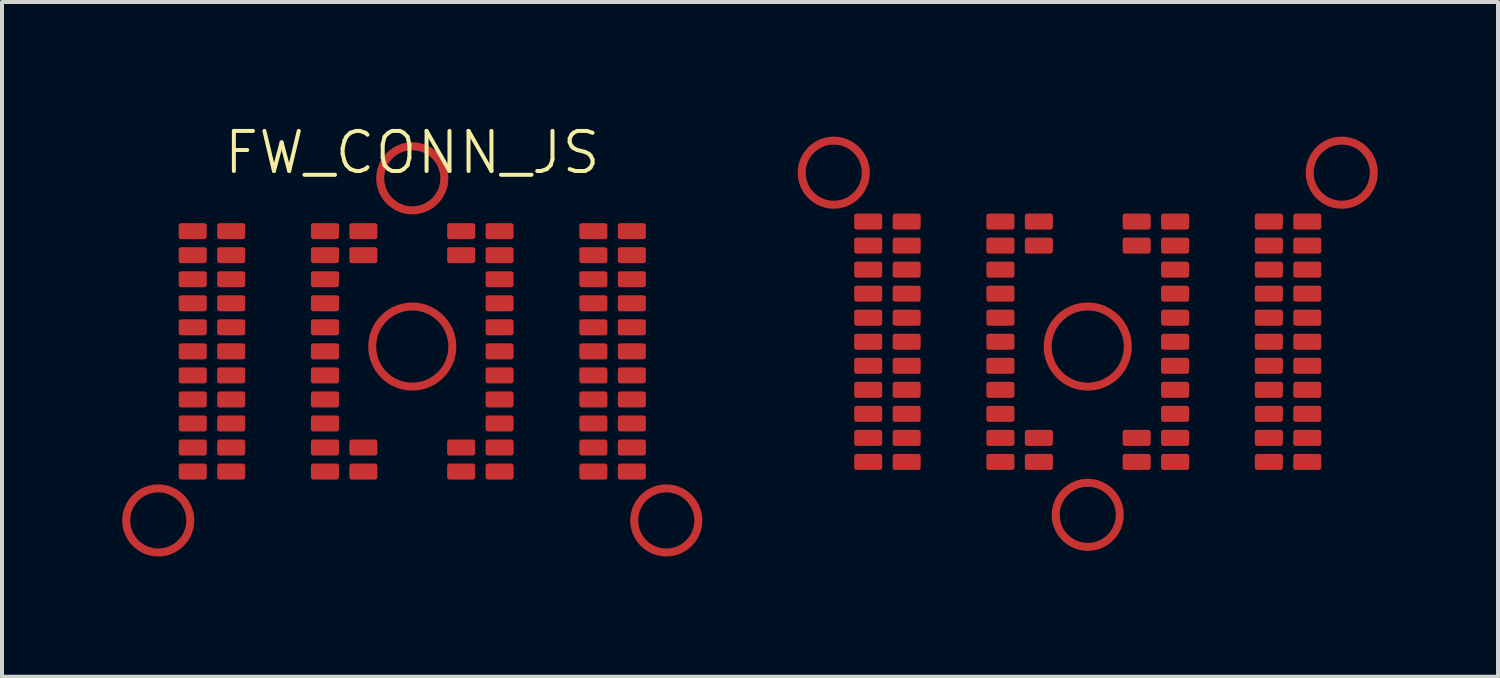
<source format=kicad_pcb>
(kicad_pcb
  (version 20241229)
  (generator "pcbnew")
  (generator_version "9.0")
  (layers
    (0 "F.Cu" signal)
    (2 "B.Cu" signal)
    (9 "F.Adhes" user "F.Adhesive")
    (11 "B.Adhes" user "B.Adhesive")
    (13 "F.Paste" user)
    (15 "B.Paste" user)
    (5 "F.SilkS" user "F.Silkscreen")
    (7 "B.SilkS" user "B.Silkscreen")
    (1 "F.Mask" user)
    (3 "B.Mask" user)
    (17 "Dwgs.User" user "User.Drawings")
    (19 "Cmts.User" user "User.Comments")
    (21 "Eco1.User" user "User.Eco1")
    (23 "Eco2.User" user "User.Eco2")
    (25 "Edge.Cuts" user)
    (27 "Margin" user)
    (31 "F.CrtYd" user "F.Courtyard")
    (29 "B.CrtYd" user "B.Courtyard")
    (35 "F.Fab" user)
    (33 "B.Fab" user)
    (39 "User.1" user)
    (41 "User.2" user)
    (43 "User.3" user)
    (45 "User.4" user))
  (footprint "FW_CONN_JS"
    (layer "F.Cu")
    (at 7.24 1.26)
    (property "Reference" "FW_CONN_JS" (at 0 -0.5 0) (unlocked yes) (layer "F.SilkS") (effects (font (size 1 1) (thickness 0.1))))
    (attr smd)
    (fp_circle (center -6.34 8.68) (end -7.14 8.68) (stroke (width 0.2) (type default)) (fill no) (layer "F.Cu"))
    (fp_circle (center 0 0.14) (end 0.8 0.14) (stroke (width 0.2) (type default)) (fill no) (layer "F.Cu"))
    (fp_circle (center 0 4.34) (end 1 4.34) (stroke (width 0.2) (type default)) (fill no) (layer "F.Cu"))
    (fp_circle (center 6.34 8.68) (end 5.54 8.68) (stroke (width 0.2) (type default)) (fill no) (layer "F.Cu"))
    (fp_circle (center 10.52 0) (end 9.72 0) (stroke (width 0.2) (type default)) (fill no) (layer "F.Cu"))
    (fp_circle (center 16.86 4.34) (end 17.86 4.34) (stroke (width 0.2) (type default)) (fill no) (layer "F.Cu"))
    (fp_circle (center 16.86 8.54) (end 17.66 8.54) (stroke (width 0.2) (type default)) (fill no) (layer "F.Cu"))
    (fp_circle (center 23.2 0) (end 22.4 0) (stroke (width 0.2) (type default)) (fill no) (layer "F.Cu"))
    (pad "10" smd roundrect (at -5.48 6.86) (size 0.7 0.4) (layers "F.Cu" "F.Mask" "F.Paste") (roundrect_rratio 0.15))
    (pad "11" smd roundrect (at -5.48 7.46) (size 0.7 0.4) (layers "F.Cu" "F.Mask" "F.Paste") (roundrect_rratio 0.15))
    (pad "21" smd roundrect (at -4.52 6.86) (size 0.7 0.4) (layers "F.Cu" "F.Mask" "F.Paste") (roundrect_rratio 0.15))
    (pad "22" smd roundrect (at -4.52 7.46) (size 0.7 0.4) (layers "F.Cu" "F.Mask" "F.Paste") (roundrect_rratio 0.15))
    (pad "34" smd roundrect (at -1.22 1.46) (size 0.7 0.4) (layers "F.Cu" "F.Mask" "F.Paste") (roundrect_rratio 0.15))
    (pad "35" smd roundrect (at -1.22 2.06) (size 0.7 0.4) (layers "F.Cu" "F.Mask" "F.Paste") (roundrect_rratio 0.15))
    (pad "36" smd roundrect (at -1.22 6.86) (size 0.7 0.4) (layers "F.Cu" "F.Mask" "F.Paste") (roundrect_rratio 0.15))
    (pad "37" smd roundrect (at -1.22 7.46) (size 0.7 0.4) (layers "F.Cu" "F.Mask" "F.Paste") (roundrect_rratio 0.15))
    (pad "38" smd roundrect (at 1.22 1.46 180) (size 0.7 0.4) (layers "F.Cu" "F.Mask" "F.Paste") (roundrect_rratio 0.15))
    (pad "39" smd roundrect (at 1.22 2.06 180) (size 0.7 0.4) (layers "F.Cu" "F.Mask" "F.Paste") (roundrect_rratio 0.15))
    (pad "41" smd roundrect (at 1.22 7.46 180) (size 0.7 0.4) (layers "F.Cu" "F.Mask" "F.Paste") (roundrect_rratio 0.15))
    (pad "44" smd roundrect (at 2.18 2.66 180) (size 0.7 0.4) (layers "F.Cu" "F.Mask" "F.Paste") (roundrect_rratio 0.15))
    (pad "45" smd roundrect (at 2.18 3.26 180) (size 0.7 0.4) (layers "F.Cu" "F.Mask" "F.Paste") (roundrect_rratio 0.15))
    (pad "47" smd roundrect (at 2.18 4.46 180) (size 0.7 0.4) (layers "F.Cu" "F.Mask" "F.Paste") (roundrect_rratio 0.15))
    (pad "48" smd roundrect (at 2.18 5.06 180) (size 0.7 0.4) (layers "F.Cu" "F.Mask" "F.Paste") (roundrect_rratio 0.15))
    (pad "50" smd roundrect (at 2.18 6.26 180) (size 0.7 0.4) (layers "F.Cu" "F.Mask" "F.Paste") (roundrect_rratio 0.15))
    (pad "51" smd roundrect (at 2.18 6.86 180) (size 0.7 0.4) (layers "F.Cu" "F.Mask" "F.Paste") (roundrect_rratio 0.15))
    (pad "58" smd roundrect (at 4.52 4.46 180) (size 0.7 0.4) (layers "F.Cu" "F.Mask" "F.Paste") (roundrect_rratio 0.15))
    (pad "59" smd roundrect (at 4.52 5.06 180) (size 0.7 0.4) (layers "F.Cu" "F.Mask" "F.Paste") (roundrect_rratio 0.15))
    (pad "60" smd roundrect (at 4.52 5.66 180) (size 0.7 0.4) (layers "F.Cu" "F.Mask" "F.Paste") (roundrect_rratio 0.15))
    (pad "61" smd roundrect (at 4.52 6.26 180) (size 0.7 0.4) (layers "F.Cu" "F.Mask" "F.Paste") (roundrect_rratio 0.15))
    (pad "62" smd roundrect (at 4.52 6.86 180) (size 0.7 0.4) (layers "F.Cu" "F.Mask" "F.Paste") (roundrect_rratio 0.15))
    (pad "63" smd roundrect (at 4.52 7.46 180) (size 0.7 0.4) (layers "F.Cu" "F.Mask" "F.Paste") (roundrect_rratio 0.15))
    (pad "70" smd roundrect (at 5.48 5.06 180) (size 0.7 0.4) (layers "F.Cu" "F.Mask" "F.Paste") (roundrect_rratio 0.15))
    (pad "71" smd roundrect (at 5.48 5.66 180) (size 0.7 0.4) (layers "F.Cu" "F.Mask" "F.Paste") (roundrect_rratio 0.15))
    (pad "72" smd roundrect (at 5.48 6.26 180) (size 0.7 0.4) (layers "F.Cu" "F.Mask" "F.Paste") (roundrect_rratio 0.15))
    (pad "73" smd roundrect (at 5.48 6.86 180) (size 0.7 0.4) (layers "F.Cu" "F.Mask" "F.Paste") (roundrect_rratio 0.15))
    (pad "74" smd roundrect (at 5.48 7.46 180) (size 0.7 0.4) (layers "F.Cu" "F.Mask" "F.Paste") (roundrect_rratio 0.15))
    (pad "75" smd roundrect (at 11.38 1.22) (size 0.7 0.4) (layers "F.Cu" "F.Mask" "F.Paste") (roundrect_rratio 0.15))
    (pad "76" smd roundrect (at 11.38 1.82) (size 0.7 0.4) (layers "F.Cu" "F.Mask" "F.Paste") (roundrect_rratio 0.15))
    (pad "78" smd roundrect (at 11.38 3.02) (size 0.7 0.4) (layers "F.Cu" "F.Mask" "F.Paste") (roundrect_rratio 0.15))
    (pad "79" smd roundrect (at 11.38 3.62) (size 0.7 0.4) (layers "F.Cu" "F.Mask" "F.Paste") (roundrect_rratio 0.15))
    (pad "81" smd roundrect (at 11.38 4.82) (size 0.7 0.4) (layers "F.Cu" "F.Mask" "F.Paste") (roundrect_rratio 0.15))
    (pad "82" smd roundrect (at 11.38 5.42) (size 0.7 0.4) (layers "F.Cu" "F.Mask" "F.Paste") (roundrect_rratio 0.15))
    (pad "84" smd roundrect (at 11.38 6.62) (size 0.7 0.4) (layers "F.Cu" "F.Mask" "F.Paste") (roundrect_rratio 0.15))
    (pad "85" smd roundrect (at 11.38 7.22) (size 0.7 0.4) (layers "F.Cu" "F.Mask" "F.Paste") (roundrect_rratio 0.15))
    (pad "86" smd roundrect (at 12.34 1.22) (size 0.7 0.4) (layers "F.Cu" "F.Mask" "F.Paste") (roundrect_rratio 0.15))
    (pad "88" smd roundrect (at 12.34 2.42) (size 0.7 0.4) (layers "F.Cu" "F.Mask" "F.Paste") (roundrect_rratio 0.15))
    (pad "89" smd roundrect (at 12.34 3.02) (size 0.7 0.4) (layers "F.Cu" "F.Mask" "F.Paste") (roundrect_rratio 0.15))
    (pad "91" smd roundrect (at 12.34 4.22) (size 0.7 0.4) (layers "F.Cu" "F.Mask" "F.Paste") (roundrect_rratio 0.15))
    (pad "92" smd roundrect (at 12.34 4.82) (size 0.7 0.4) (layers "F.Cu" "F.Mask" "F.Paste") (roundrect_rratio 0.15))
    (pad "94" smd roundrect (at 12.34 6.02) (size 0.7 0.4) (layers "F.Cu" "F.Mask" "F.Paste") (roundrect_rratio 0.15))
    (pad "95" smd roundrect (at 12.34 6.62) (size 0.7 0.4) (layers "F.Cu" "F.Mask" "F.Paste") (roundrect_rratio 0.15))
    (pad "96" smd roundrect (at 12.34 7.22) (size 0.7 0.4) (layers "F.Cu" "F.Mask" "F.Paste") (roundrect_rratio 0.15))
    (pad "97" smd roundrect (at 14.68 1.22) (size 0.7 0.4) (layers "F.Cu" "F.Mask" "F.Paste") (roundrect_rratio 0.15))
    (pad "98" smd roundrect (at 14.68 1.82) (size 0.7 0.4) (layers "F.Cu" "F.Mask" "F.Paste") (roundrect_rratio 0.15))
    (pad "100" smd roundrect (at 14.68 3.02) (size 0.7 0.4) (layers "F.Cu" "F.Mask" "F.Paste") (roundrect_rratio 0.15))
    (pad "101" smd roundrect (at 14.68 3.62) (size 0.7 0.4) (layers "F.Cu" "F.Mask" "F.Paste") (roundrect_rratio 0.15))
    (pad "103" smd roundrect (at 14.68 4.82) (size 0.7 0.4) (layers "F.Cu" "F.Mask" "F.Paste") (roundrect_rratio 0.15))
    (pad "104" smd roundrect (at 14.68 5.42) (size 0.7 0.4) (layers "F.Cu" "F.Mask" "F.Paste") (roundrect_rratio 0.15))
    (pad "106" smd roundrect (at 14.68 6.62) (size 0.7 0.4) (layers "F.Cu" "F.Mask" "F.Paste") (roundrect_rratio 0.15))
    (pad "107" smd roundrect (at 14.68 7.22) (size 0.7 0.4) (layers "F.Cu" "F.Mask" "F.Paste") (roundrect_rratio 0.15))
    (pad "108" smd roundrect (at 15.64 1.22) (size 0.7 0.4) (layers "F.Cu" "F.Mask" "F.Paste") (roundrect_rratio 0.15))
    (pad "109" smd roundrect (at 15.64 1.82) (size 0.7 0.4) (layers "F.Cu" "F.Mask" "F.Paste") (roundrect_rratio 0.15))
    (pad "110" smd roundrect (at 15.64 6.62) (size 0.7 0.4) (layers "F.Cu" "F.Mask" "F.Paste") (roundrect_rratio 0.15))
    (pad "111" smd roundrect (at 15.64 7.22) (size 0.7 0.4) (layers "F.Cu" "F.Mask" "F.Paste") (roundrect_rratio 0.15))
    (pad "112" smd roundrect (at 18.08 1.22 180) (size 0.7 0.4) (layers "F.Cu" "F.Mask" "F.Paste") (roundrect_rratio 0.15))
    (pad "113" smd roundrect (at 18.08 1.82 180) (size 0.7 0.4) (layers "F.Cu" "F.Mask" "F.Paste") (roundrect_rratio 0.15))
    (pad "114" smd roundrect (at 18.08 6.62 180) (size 0.7 0.4) (layers "F.Cu" "F.Mask" "F.Paste") (roundrect_rratio 0.15))
    (pad "115" smd roundrect (at 18.08 7.22 180) (size 0.7 0.4) (layers "F.Cu" "F.Mask" "F.Paste") (roundrect_rratio 0.15))
    (pad "116" smd roundrect (at 19.04 1.82 180) (size 0.7 0.4) (layers "F.Cu" "F.Mask" "F.Paste") (roundrect_rratio 0.15))
    (pad "117" smd roundrect (at 19.04 1.22 180) (size 0.7 0.4) (layers "F.Cu" "F.Mask" "F.Paste") (roundrect_rratio 0.15))
    (pad "119" smd roundrect (at 19.04 3.02 180) (size 0.7 0.4) (layers "F.Cu" "F.Mask" "F.Paste") (roundrect_rratio 0.15))
    (pad "120" smd roundrect (at 19.04 3.62 180) (size 0.7 0.4) (layers "F.Cu" "F.Mask" "F.Paste") (roundrect_rratio 0.15))
    (pad "122" smd roundrect (at 19.04 4.82 180) (size 0.7 0.4) (layers "F.Cu" "F.Mask" "F.Paste") (roundrect_rratio 0.15))
    (pad "123" smd roundrect (at 19.04 5.42 180) (size 0.7 0.4) (layers "F.Cu" "F.Mask" "F.Paste") (roundrect_rratio 0.15))
    (pad "125" smd roundrect (at 19.04 6.62 180) (size 0.7 0.4) (layers "F.Cu" "F.Mask" "F.Paste") (roundrect_rratio 0.15))
    (pad "126" smd roundrect (at 19.04 7.22 180) (size 0.7 0.4) (layers "F.Cu" "F.Mask" "F.Paste") (roundrect_rratio 0.15))
    (pad "127" smd roundrect (at 21.38 1.22 180) (size 0.7 0.4) (layers "F.Cu" "F.Mask" "F.Paste") (roundrect_rratio 0.15))
    (pad "129" smd roundrect (at 21.38 2.42 180) (size 0.7 0.4) (layers "F.Cu" "F.Mask" "F.Paste") (roundrect_rratio 0.15))
    (pad "130" smd roundrect (at 21.38 3.02 180) (size 0.7 0.4) (layers "F.Cu" "F.Mask" "F.Paste") (roundrect_rratio 0.15))
    (pad "132" smd roundrect (at 21.38 4.22 180) (size 0.7 0.4) (layers "F.Cu" "F.Mask" "F.Paste") (roundrect_rratio 0.15))
    (pad "133" smd roundrect (at 21.38 4.82 180) (size 0.7 0.4) (layers "F.Cu" "F.Mask" "F.Paste") (roundrect_rratio 0.15))
    (pad "135" smd roundrect (at 21.38 6.02 180) (size 0.7 0.4) (layers "F.Cu" "F.Mask" "F.Paste") (roundrect_rratio 0.15))
    (pad "136" smd roundrect (at 21.38 6.62 180) (size 0.7 0.4) (layers "F.Cu" "F.Mask" "F.Paste") (roundrect_rratio 0.15))
    (pad "137" smd roundrect (at 21.38 7.22 180) (size 0.7 0.4) (layers "F.Cu" "F.Mask" "F.Paste") (roundrect_rratio 0.15))
    (pad "138" smd roundrect (at 22.34 1.22 180) (size 0.7 0.4) (layers "F.Cu" "F.Mask" "F.Paste") (roundrect_rratio 0.15))
    (pad "139" smd roundrect (at 22.34 1.82 180) (size 0.7 0.4) (layers "F.Cu" "F.Mask" "F.Paste") (roundrect_rratio 0.15))
    (pad "141" smd roundrect (at 22.34 3.02 180) (size 0.7 0.4) (layers "F.Cu" "F.Mask" "F.Paste") (roundrect_rratio 0.15))
    (pad "142" smd roundrect (at 22.34 3.62 180) (size 0.7 0.4) (layers "F.Cu" "F.Mask" "F.Paste") (roundrect_rratio 0.15))
    (pad "144" smd roundrect (at 22.34 4.82 180) (size 0.7 0.4) (layers "F.Cu" "F.Mask" "F.Paste") (roundrect_rratio 0.15))
    (pad "145" smd roundrect (at 22.34 5.42 180) (size 0.7 0.4) (layers "F.Cu" "F.Mask" "F.Paste") (roundrect_rratio 0.15))
    (pad "147" smd roundrect (at 22.34 6.62 180) (size 0.7 0.4) (layers "F.Cu" "F.Mask" "F.Paste") (roundrect_rratio 0.15))
    (pad "148" smd roundrect (at 22.34 7.22 180) (size 0.7 0.4) (layers "F.Cu" "F.Mask" "F.Paste") (roundrect_rratio 0.15))
    (pad "GND" smd roundrect (at -5.48 5.66) (size 0.7 0.4) (layers "F.Cu" "F.Mask" "F.Paste") (roundrect_rratio 0.15))
    (pad "GND" smd roundrect (at -5.48 6.26) (size 0.7 0.4) (layers "F.Cu" "F.Mask" "F.Paste") (roundrect_rratio 0.15))
    (pad "GND" smd roundrect (at -4.52 5.66) (size 0.7 0.4) (layers "F.Cu" "F.Mask" "F.Paste") (roundrect_rratio 0.15))
    (pad "GND" smd roundrect (at -4.52 6.26) (size 0.7 0.4) (layers "F.Cu" "F.Mask" "F.Paste") (roundrect_rratio 0.15))
    (pad "GND" smd roundrect (at -2.18 1.46) (size 0.7 0.4) (layers "F.Cu" "F.Mask" "F.Paste") (roundrect_rratio 0.15))
    (pad "GND" smd roundrect (at -2.18 2.06) (size 0.7 0.4) (layers "F.Cu" "F.Mask" "F.Paste") (roundrect_rratio 0.15))
    (pad "GND" smd roundrect (at -2.18 2.66) (size 0.7 0.4) (layers "F.Cu" "F.Mask" "F.Paste") (roundrect_rratio 0.15))
    (pad "GND" smd roundrect (at -2.18 3.26) (size 0.7 0.4) (layers "F.Cu" "F.Mask" "F.Paste") (roundrect_rratio 0.15))
    (pad "GND" smd roundrect (at -2.18 3.86) (size 0.7 0.4) (layers "F.Cu" "F.Mask" "F.Paste") (roundrect_rratio 0.15))
    (pad "GND" smd roundrect (at -2.18 4.46) (size 0.7 0.4) (layers "F.Cu" "F.Mask" "F.Paste") (roundrect_rratio 0.15))
    (pad "GND" smd roundrect (at -2.18 5.06) (size 0.7 0.4) (layers "F.Cu" "F.Mask" "F.Paste") (roundrect_rratio 0.15))
    (pad "GND" smd roundrect (at -2.18 5.66) (size 0.7 0.4) (layers "F.Cu" "F.Mask" "F.Paste") (roundrect_rratio 0.15))
    (pad "GND" smd roundrect (at -2.18 6.26) (size 0.7 0.4) (layers "F.Cu" "F.Mask" "F.Paste") (roundrect_rratio 0.15))
    (pad "GND" smd roundrect (at -2.18 6.86) (size 0.7 0.4) (layers "F.Cu" "F.Mask" "F.Paste") (roundrect_rratio 0.15))
    (pad "GND" smd roundrect (at -2.18 7.46) (size 0.7 0.4) (layers "F.Cu" "F.Mask" "F.Paste") (roundrect_rratio 0.15))
    (pad "GND" smd roundrect (at 1.22 6.86 180) (size 0.7 0.4) (layers "F.Cu" "F.Mask" "F.Paste") (roundrect_rratio 0.15))
    (pad "GND" smd roundrect (at 2.18 1.46 180) (size 0.7 0.4) (layers "F.Cu" "F.Mask" "F.Paste") (roundrect_rratio 0.15))
    (pad "GND" smd roundrect (at 2.18 2.06 180) (size 0.7 0.4) (layers "F.Cu" "F.Mask" "F.Paste") (roundrect_rratio 0.15))
    (pad "GND" smd roundrect (at 2.18 3.86 180) (size 0.7 0.4) (layers "F.Cu" "F.Mask" "F.Paste") (roundrect_rratio 0.15))
    (pad "GND" smd roundrect (at 2.18 5.66 180) (size 0.7 0.4) (layers "F.Cu" "F.Mask" "F.Paste") (roundrect_rratio 0.15))
    (pad "GND" smd roundrect (at 2.18 7.46 180) (size 0.7 0.4) (layers "F.Cu" "F.Mask" "F.Paste") (roundrect_rratio 0.15))
    (pad "GND" smd roundrect (at 4.52 3.26 180) (size 0.7 0.4) (layers "F.Cu" "F.Mask" "F.Paste") (roundrect_rratio 0.15))
    (pad "GND" smd roundrect (at 4.52 3.86 180) (size 0.7 0.4) (layers "F.Cu" "F.Mask" "F.Paste") (roundrect_rratio 0.15))
    (pad "GND" smd roundrect (at 5.48 3.26 180) (size 0.7 0.4) (layers "F.Cu" "F.Mask" "F.Paste") (roundrect_rratio 0.15))
    (pad "GND" smd roundrect (at 5.48 3.86 180) (size 0.7 0.4) (layers "F.Cu" "F.Mask" "F.Paste") (roundrect_rratio 0.15))
    (pad "GND" smd roundrect (at 5.48 4.46 180) (size 0.7 0.4) (layers "F.Cu" "F.Mask" "F.Paste") (roundrect_rratio 0.15))
    (pad "GND" smd roundrect (at 11.38 2.42) (size 0.7 0.4) (layers "F.Cu" "F.Mask" "F.Paste") (roundrect_rratio 0.15))
    (pad "GND" smd roundrect (at 11.38 4.22) (size 0.7 0.4) (layers "F.Cu" "F.Mask" "F.Paste") (roundrect_rratio 0.15))
    (pad "GND" smd roundrect (at 11.38 6.02) (size 0.7 0.4) (layers "F.Cu" "F.Mask" "F.Paste") (roundrect_rratio 0.15))
    (pad "GND" smd roundrect (at 12.34 1.82) (size 0.7 0.4) (layers "F.Cu" "F.Mask" "F.Paste") (roundrect_rratio 0.15))
    (pad "GND" smd roundrect (at 12.34 3.62) (size 0.7 0.4) (layers "F.Cu" "F.Mask" "F.Paste") (roundrect_rratio 0.15))
    (pad "GND" smd roundrect (at 12.34 5.42) (size 0.7 0.4) (layers "F.Cu" "F.Mask" "F.Paste") (roundrect_rratio 0.15))
    (pad "GND" smd roundrect (at 14.68 2.42) (size 0.7 0.4) (layers "F.Cu" "F.Mask" "F.Paste") (roundrect_rratio 0.15))
    (pad "GND" smd roundrect (at 14.68 4.22) (size 0.7 0.4) (layers "F.Cu" "F.Mask" "F.Paste") (roundrect_rratio 0.15))
    (pad "GND" smd roundrect (at 14.68 6.02) (size 0.7 0.4) (layers "F.Cu" "F.Mask" "F.Paste") (roundrect_rratio 0.15))
    (pad "GND" smd roundrect (at 19.04 2.42 180) (size 0.7 0.4) (layers "F.Cu" "F.Mask" "F.Paste") (roundrect_rratio 0.15))
    (pad "GND" smd roundrect (at 19.04 4.22 180) (size 0.7 0.4) (layers "F.Cu" "F.Mask" "F.Paste") (roundrect_rratio 0.15))
    (pad "GND" smd roundrect (at 19.04 6.02 180) (size 0.7 0.4) (layers "F.Cu" "F.Mask" "F.Paste") (roundrect_rratio 0.15))
    (pad "GND" smd roundrect (at 21.38 1.82 180) (size 0.7 0.4) (layers "F.Cu" "F.Mask" "F.Paste") (roundrect_rratio 0.15))
    (pad "GND" smd roundrect (at 21.38 3.62 180) (size 0.7 0.4) (layers "F.Cu" "F.Mask" "F.Paste") (roundrect_rratio 0.15))
    (pad "GND" smd roundrect (at 21.38 5.42 180) (size 0.7 0.4) (layers "F.Cu" "F.Mask" "F.Paste") (roundrect_rratio 0.15))
    (pad "GND" smd roundrect (at 22.34 2.42 180) (size 0.7 0.4) (layers "F.Cu" "F.Mask" "F.Paste") (roundrect_rratio 0.15))
    (pad "GND" smd roundrect (at 22.34 4.22 180) (size 0.7 0.4) (layers "F.Cu" "F.Mask" "F.Paste") (roundrect_rratio 0.15))
    (pad "GND" smd roundrect (at 22.34 6.02 180) (size 0.7 0.4) (layers "F.Cu" "F.Mask" "F.Paste") (roundrect_rratio 0.15))
    (pad "VADP" smd roundrect (at 4.52 1.46 180) (size 0.7 0.4) (layers "F.Cu" "F.Mask" "F.Paste") (roundrect_rratio 0.15))
    (pad "VADP" smd roundrect (at 4.52 2.06 180) (size 0.7 0.4) (layers "F.Cu" "F.Mask" "F.Paste") (roundrect_rratio 0.15))
    (pad "VADP" smd roundrect (at 4.52 2.66 180) (size 0.7 0.4) (layers "F.Cu" "F.Mask" "F.Paste") (roundrect_rratio 0.15))
    (pad "VADP" smd roundrect (at 5.48 1.46 180) (size 0.7 0.4) (layers "F.Cu" "F.Mask" "F.Paste") (roundrect_rratio 0.15))
    (pad "VADP" smd roundrect (at 5.48 2.06 180) (size 0.7 0.4) (layers "F.Cu" "F.Mask" "F.Paste") (roundrect_rratio 0.15))
    (pad "VADP" smd roundrect (at 5.48 2.66 180) (size 0.7 0.4) (layers "F.Cu" "F.Mask" "F.Paste") (roundrect_rratio 0.15))
    (pad "VGPU" smd roundrect (at -5.48 1.46) (size 0.7 0.4) (layers "F.Cu" "F.Mask" "F.Paste") (roundrect_rratio 0.15))
    (pad "VGPU" smd roundrect (at -5.48 2.06) (size 0.7 0.4) (layers "F.Cu" "F.Mask" "F.Paste") (roundrect_rratio 0.15))
    (pad "VGPU" smd roundrect (at -5.48 2.66) (size 0.7 0.4) (layers "F.Cu" "F.Mask" "F.Paste") (roundrect_rratio 0.15))
    (pad "VGPU" smd roundrect (at -5.48 3.26) (size 0.7 0.4) (layers "F.Cu" "F.Mask" "F.Paste") (roundrect_rratio 0.15))
    (pad "VGPU" smd roundrect (at -5.48 3.86) (size 0.7 0.4) (layers "F.Cu" "F.Mask" "F.Paste") (roundrect_rratio 0.15))
    (pad "VGPU" smd roundrect (at -5.48 4.46) (size 0.7 0.4) (layers "F.Cu" "F.Mask" "F.Paste") (roundrect_rratio 0.15))
    (pad "VGPU" smd roundrect (at -5.48 5.06) (size 0.7 0.4) (layers "F.Cu" "F.Mask" "F.Paste") (roundrect_rratio 0.15))
    (pad "VGPU" smd roundrect (at -4.52 1.46) (size 0.7 0.4) (layers "F.Cu" "F.Mask" "F.Paste") (roundrect_rratio 0.15))
    (pad "VGPU" smd roundrect (at -4.52 2.06) (size 0.7 0.4) (layers "F.Cu" "F.Mask" "F.Paste") (roundrect_rratio 0.15))
    (pad "VGPU" smd roundrect (at -4.52 2.66) (size 0.7 0.4) (layers "F.Cu" "F.Mask" "F.Paste") (roundrect_rratio 0.15))
    (pad "VGPU" smd roundrect (at -4.52 3.26) (size 0.7 0.4) (layers "F.Cu" "F.Mask" "F.Paste") (roundrect_rratio 0.15))
    (pad "VGPU" smd roundrect (at -4.52 3.86) (size 0.7 0.4) (layers "F.Cu" "F.Mask" "F.Paste") (roundrect_rratio 0.15))
    (pad "VGPU" smd roundrect (at -4.52 4.46) (size 0.7 0.4) (layers "F.Cu" "F.Mask" "F.Paste") (roundrect_rratio 0.15))
    (pad "VGPU" smd roundrect (at -4.52 5.06) (size 0.7 0.4) (layers "F.Cu" "F.Mask" "F.Paste") (roundrect_rratio 0.15)))
  (gr_rect
    (start -3 -3)
    (end 34.34 13.841)
    (stroke (width 0.1) (type default))
    (fill no)
    (layer "Edge.Cuts")))
</source>
